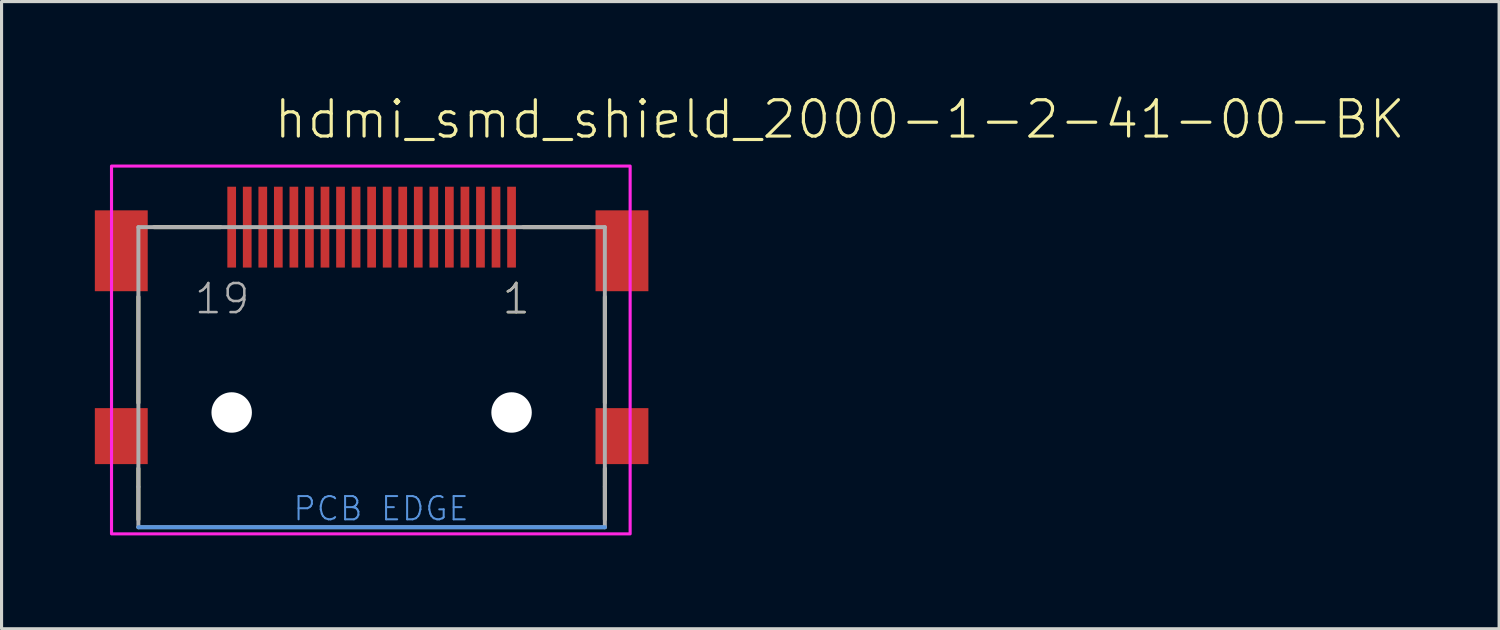
<source format=kicad_pcb>
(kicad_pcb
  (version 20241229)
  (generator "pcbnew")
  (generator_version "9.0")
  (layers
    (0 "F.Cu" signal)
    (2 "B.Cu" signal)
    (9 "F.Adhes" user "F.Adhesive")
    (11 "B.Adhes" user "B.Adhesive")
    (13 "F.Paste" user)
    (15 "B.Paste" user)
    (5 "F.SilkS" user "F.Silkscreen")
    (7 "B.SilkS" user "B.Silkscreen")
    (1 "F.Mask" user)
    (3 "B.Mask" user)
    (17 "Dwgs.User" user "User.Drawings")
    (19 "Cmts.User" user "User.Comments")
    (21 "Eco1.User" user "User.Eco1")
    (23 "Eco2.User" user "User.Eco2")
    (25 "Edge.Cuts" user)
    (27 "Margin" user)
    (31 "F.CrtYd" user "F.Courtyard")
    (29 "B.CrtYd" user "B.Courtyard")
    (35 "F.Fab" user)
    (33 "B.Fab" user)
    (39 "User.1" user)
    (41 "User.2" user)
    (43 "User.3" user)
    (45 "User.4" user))
  (footprint "hdmi_smd_shield_2000-1-2-41-00-BK"
    (layer "F.Cu")
    (at 8.9 4.404)
    (property "Reference" "hdmi_smd_shield_2000-1-2-41-00-BK" (at -3.202 -2.931 0) (layer "F.SilkS") (effects (font (size 1.168 1.168) (thickness 0.102)) (justify left bottom)))
    (fp_line (start -7.5 2.09) (end -7.5 5.5) (stroke (width 0.127) (type solid)) (layer "F.SilkS"))
    (fp_line (start -7.5 9.25) (end -7.5 7.61) (stroke (width 0.127) (type solid)) (layer "F.SilkS"))
    (fp_line (start -7 -0.15) (end -4.86 -0.15) (stroke (width 0.127) (type solid)) (layer "F.SilkS"))
    (fp_line (start 4.87 -0.15) (end 7 -0.15) (stroke (width 0.127) (type solid)) (layer "F.SilkS"))
    (fp_line (start 7.5 2.09) (end 7.5 5.5) (stroke (width 0.127) (type solid)) (layer "F.SilkS"))
    (fp_line (start 7.5 9.25) (end 7.5 7.61) (stroke (width 0.127) (type solid)) (layer "F.SilkS"))
    (fp_line (start 7.5 9.5) (end -7.5 9.5) (stroke (width 0.127) (type solid)) (layer "Cmts.User"))
    (fp_poly (pts (xy 8.313 9.713) (xy -8.364 9.713) (xy -8.364 -2.114) (xy 8.313 -2.114)) (stroke (width 0.1) (type solid)) (fill no) (layer "F.CrtYd"))
    (fp_line (start -7.5 -0.15) (end 7.5 -0.15) (stroke (width 0.127) (type solid)) (layer "F.Fab"))
    (fp_line (start -7.5 8.2) (end -7.5 -0.15) (stroke (width 0.127) (type solid)) (layer "F.Fab"))
    (fp_line (start -7.5 8.2) (end -7.5 9.5) (stroke (width 0.127) (type solid)) (layer "F.Fab"))
    (fp_line (start 7.5 -0.15) (end 7.5 8.2) (stroke (width 0.127) (type solid)) (layer "F.Fab"))
    (fp_line (start 7.5 9.5) (end -7.5 9.5) (stroke (width 0.127) (type solid)) (layer "F.Fab"))
    (fp_line (start 7.5 9.5) (end 7.5 8.2) (stroke (width 0.127) (type solid)) (layer "F.Fab"))
    (fp_text user "1" (at 4.15 2.7 0) (layer "F.SilkS") (effects (font (size 0.935 0.935) (thickness 0.081)) (justify left bottom)))
    (fp_text user "PCB EDGE" (at -2.57 9.34 0) (layer "Cmts.User") (effects (font (size 0.748 0.748) (thickness 0.065)) (justify left bottom)))
    (fp_text user "19" (at -5.75 2.7 0) (layer "F.Fab") (effects (font (size 0.935 0.935) (thickness 0.081)) (justify left bottom)))
    (fp_text user "1" (at 4.15 2.7 0) (layer "F.Fab") (effects (font (size 0.935 0.935) (thickness 0.081)) (justify left bottom)))
    (pad "" np_thru_hole circle (at -4.5 5.81) (size 1.3 1.3) (drill 1.3) (layers "*.Cu" "*.Mask"))
    (pad "" np_thru_hole circle (at 4.5 5.81) (size 1.3 1.3) (drill 1.3) (layers "*.Cu" "*.Mask"))
    (pad "1" smd rect (at 4.5 -0.15 180) (size 0.28 2.6) (layers "F.Cu" "F.Mask" "F.Paste"))
    (pad "2" smd rect (at 4 -0.15 180) (size 0.28 2.6) (layers "F.Cu" "F.Mask" "F.Paste"))
    (pad "3" smd rect (at 3.5 -0.15 180) (size 0.28 2.6) (layers "F.Cu" "F.Mask" "F.Paste"))
    (pad "4" smd rect (at 3 -0.15 180) (size 0.28 2.6) (layers "F.Cu" "F.Mask" "F.Paste"))
    (pad "5" smd rect (at 2.5 -0.15 180) (size 0.28 2.6) (layers "F.Cu" "F.Mask" "F.Paste"))
    (pad "6" smd rect (at 2 -0.15 180) (size 0.28 2.6) (layers "F.Cu" "F.Mask" "F.Paste"))
    (pad "7" smd rect (at 1.5 -0.15 180) (size 0.28 2.6) (layers "F.Cu" "F.Mask" "F.Paste"))
    (pad "8" smd rect (at 1 -0.15 180) (size 0.28 2.6) (layers "F.Cu" "F.Mask" "F.Paste"))
    (pad "9" smd rect (at 0.5 -0.15 180) (size 0.28 2.6) (layers "F.Cu" "F.Mask" "F.Paste"))
    (pad "10" smd rect (at 0 -0.15 180) (size 0.28 2.6) (layers "F.Cu" "F.Mask" "F.Paste"))
    (pad "11" smd rect (at -0.5 -0.15 180) (size 0.28 2.6) (layers "F.Cu" "F.Mask" "F.Paste"))
    (pad "12" smd rect (at -1 -0.15 180) (size 0.28 2.6) (layers "F.Cu" "F.Mask" "F.Paste"))
    (pad "13" smd rect (at -1.5 -0.15 180) (size 0.28 2.6) (layers "F.Cu" "F.Mask" "F.Paste"))
    (pad "14" smd rect (at -2 -0.15 180) (size 0.28 2.6) (layers "F.Cu" "F.Mask" "F.Paste"))
    (pad "15" smd rect (at -2.5 -0.15 180) (size 0.28 2.6) (layers "F.Cu" "F.Mask" "F.Paste"))
    (pad "16" smd rect (at -3 -0.15 180) (size 0.28 2.6) (layers "F.Cu" "F.Mask" "F.Paste"))
    (pad "17" smd rect (at -3.5 -0.15 180) (size 0.28 2.6) (layers "F.Cu" "F.Mask" "F.Paste"))
    (pad "18" smd rect (at -4 -0.15 180) (size 0.28 2.6) (layers "F.Cu" "F.Mask" "F.Paste"))
    (pad "19" smd rect (at -4.5 -0.15 180) (size 0.28 2.6) (layers "F.Cu" "F.Mask" "F.Paste"))
    (pad "SHELL" smd rect (at -8.05 0.61 90) (size 2.6 1.7) (layers "F.Cu" "F.Mask" "F.Paste"))
    (pad "SHELL1" smd rect (at 8.05 0.61 90) (size 2.6 1.7) (layers "F.Cu" "F.Mask" "F.Paste"))
    (pad "SHELL2" smd rect (at -8.05 6.57 90) (size 1.8 1.7) (layers "F.Cu" "F.Mask" "F.Paste"))
    (pad "SHELL3" smd rect (at 8.05 6.57 90) (size 1.8 1.7) (layers "F.Cu" "F.Mask" "F.Paste")))
  (gr_rect
    (start -3 -3)
    (end 45.156 17.168)
    (stroke (width 0.1) (type default))
    (fill no)
    (layer "Edge.Cuts")))
</source>
